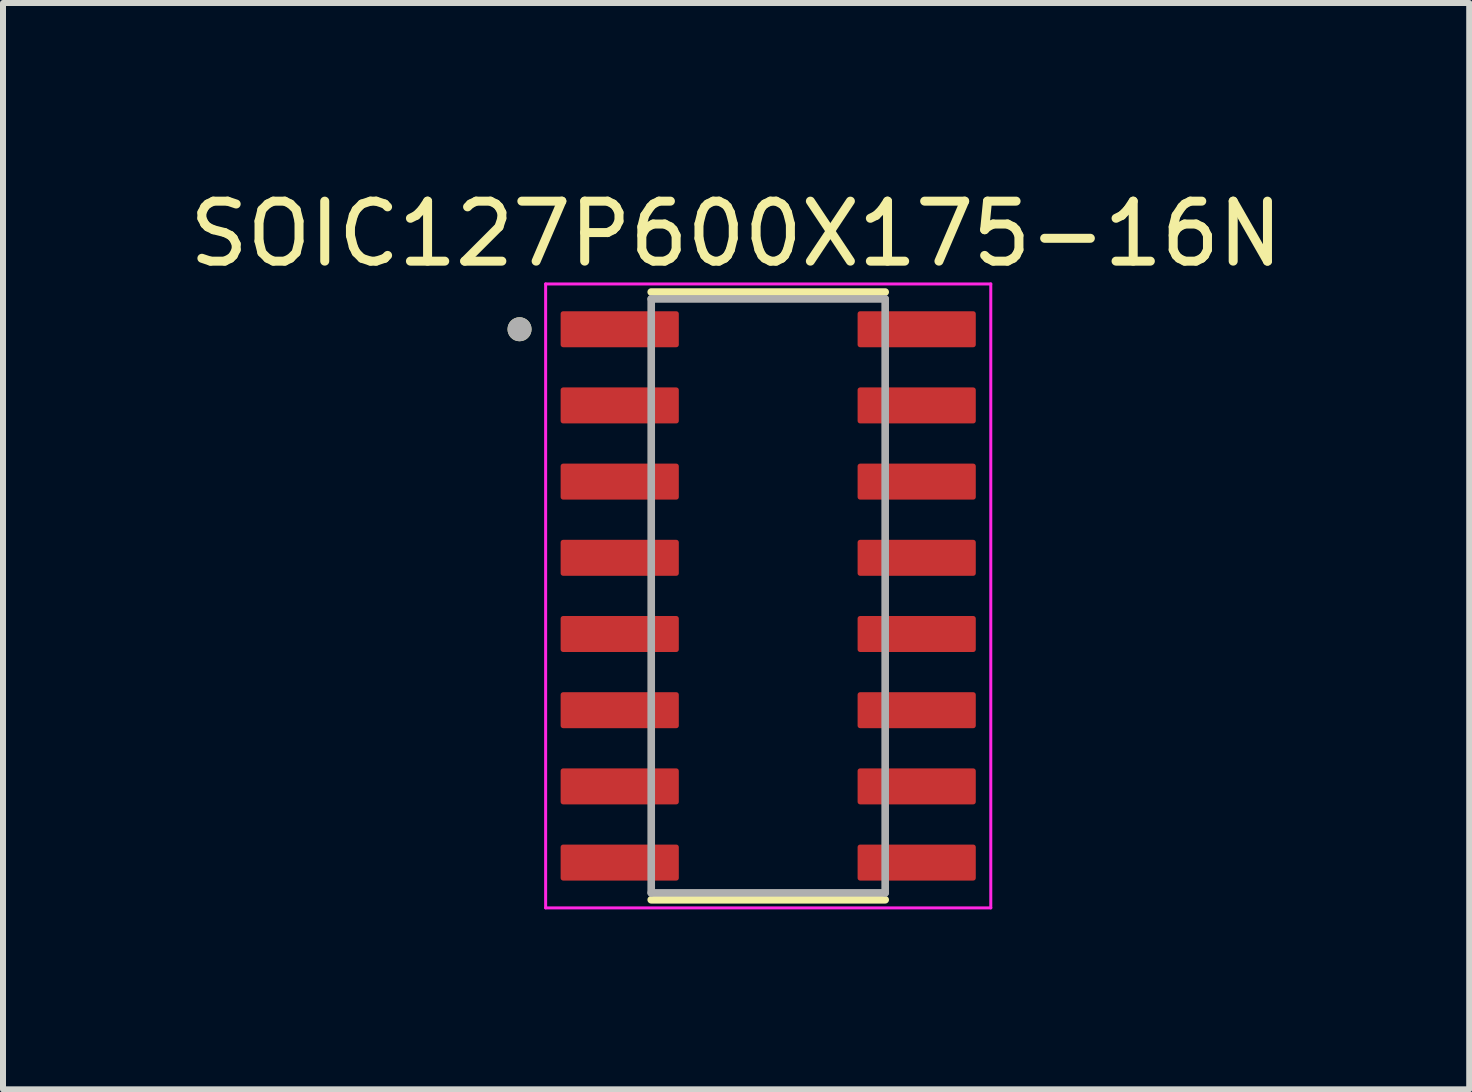
<source format=kicad_pcb>
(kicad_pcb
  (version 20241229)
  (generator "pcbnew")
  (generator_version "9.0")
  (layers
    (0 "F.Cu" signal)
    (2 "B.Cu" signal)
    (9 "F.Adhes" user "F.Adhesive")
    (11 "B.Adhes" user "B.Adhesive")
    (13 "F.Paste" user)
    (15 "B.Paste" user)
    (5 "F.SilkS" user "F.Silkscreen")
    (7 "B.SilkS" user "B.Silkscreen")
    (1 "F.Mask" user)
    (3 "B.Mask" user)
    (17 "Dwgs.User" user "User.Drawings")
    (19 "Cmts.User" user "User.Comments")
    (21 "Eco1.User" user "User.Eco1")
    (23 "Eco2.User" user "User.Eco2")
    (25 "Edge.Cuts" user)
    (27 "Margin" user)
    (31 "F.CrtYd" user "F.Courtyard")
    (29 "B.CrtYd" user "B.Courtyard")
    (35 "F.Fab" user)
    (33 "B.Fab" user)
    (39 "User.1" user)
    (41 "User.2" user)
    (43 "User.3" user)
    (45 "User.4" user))
  (footprint "SOIC127P600X175-16N"
    (layer "F.Cu")
    (at 9.755 6.883)
    (property "Reference" "SOIC127P600X175-16N" (at -0.535 -6.035 0) (layer "F.SilkS") (effects (font (size 1 1) (thickness 0.15))))
    (attr smd)
    (fp_line (start -1.95 -5.065) (end 1.95 -5.065) (stroke (width 0.127) (type solid)) (layer "F.SilkS"))
    (fp_line (start -1.95 5.065) (end 1.95 5.065) (stroke (width 0.127) (type solid)) (layer "F.SilkS"))
    (fp_circle (center -4.145 -4.445) (end -4.045 -4.445) (stroke (width 0.2) (type solid)) (fill no) (layer "F.SilkS"))
    (fp_line (start -3.71 -5.2) (end -3.71 5.2) (stroke (width 0.05) (type solid)) (layer "F.CrtYd"))
    (fp_line (start -3.71 -5.2) (end 3.71 -5.2) (stroke (width 0.05) (type solid)) (layer "F.CrtYd"))
    (fp_line (start -3.71 5.2) (end 3.71 5.2) (stroke (width 0.05) (type solid)) (layer "F.CrtYd"))
    (fp_line (start 3.71 -5.2) (end 3.71 5.2) (stroke (width 0.05) (type solid)) (layer "F.CrtYd"))
    (fp_line (start -1.95 -4.95) (end -1.95 4.95) (stroke (width 0.127) (type solid)) (layer "F.Fab"))
    (fp_line (start -1.95 -4.95) (end 1.95 -4.95) (stroke (width 0.127) (type solid)) (layer "F.Fab"))
    (fp_line (start -1.95 4.95) (end 1.95 4.95) (stroke (width 0.127) (type solid)) (layer "F.Fab"))
    (fp_line (start 1.95 -4.95) (end 1.95 4.95) (stroke (width 0.127) (type solid)) (layer "F.Fab"))
    (fp_circle (center -4.145 -4.445) (end -4.045 -4.445) (stroke (width 0.2) (type solid)) (fill no) (layer "F.Fab"))
    (pad "1" smd roundrect (at -2.475 -4.445) (size 1.97 0.6) (layers "F.Cu" "F.Mask" "F.Paste") (roundrect_rratio 0.07))
    (pad "2" smd roundrect (at -2.475 -3.175) (size 1.97 0.6) (layers "F.Cu" "F.Mask" "F.Paste") (roundrect_rratio 0.07))
    (pad "3" smd roundrect (at -2.475 -1.905) (size 1.97 0.6) (layers "F.Cu" "F.Mask" "F.Paste") (roundrect_rratio 0.07))
    (pad "4" smd roundrect (at -2.475 -0.635) (size 1.97 0.6) (layers "F.Cu" "F.Mask" "F.Paste") (roundrect_rratio 0.07))
    (pad "5" smd roundrect (at -2.475 0.635) (size 1.97 0.6) (layers "F.Cu" "F.Mask" "F.Paste") (roundrect_rratio 0.07))
    (pad "6" smd roundrect (at -2.475 1.905) (size 1.97 0.6) (layers "F.Cu" "F.Mask" "F.Paste") (roundrect_rratio 0.07))
    (pad "7" smd roundrect (at -2.475 3.175) (size 1.97 0.6) (layers "F.Cu" "F.Mask" "F.Paste") (roundrect_rratio 0.07))
    (pad "8" smd roundrect (at -2.475 4.445) (size 1.97 0.6) (layers "F.Cu" "F.Mask" "F.Paste") (roundrect_rratio 0.07))
    (pad "9" smd roundrect (at 2.475 4.445) (size 1.97 0.6) (layers "F.Cu" "F.Mask" "F.Paste") (roundrect_rratio 0.07))
    (pad "10" smd roundrect (at 2.475 3.175) (size 1.97 0.6) (layers "F.Cu" "F.Mask" "F.Paste") (roundrect_rratio 0.07))
    (pad "11" smd roundrect (at 2.475 1.905) (size 1.97 0.6) (layers "F.Cu" "F.Mask" "F.Paste") (roundrect_rratio 0.07))
    (pad "12" smd roundrect (at 2.475 0.635) (size 1.97 0.6) (layers "F.Cu" "F.Mask" "F.Paste") (roundrect_rratio 0.07))
    (pad "13" smd roundrect (at 2.475 -0.635) (size 1.97 0.6) (layers "F.Cu" "F.Mask" "F.Paste") (roundrect_rratio 0.07))
    (pad "14" smd roundrect (at 2.475 -1.905) (size 1.97 0.6) (layers "F.Cu" "F.Mask" "F.Paste") (roundrect_rratio 0.07))
    (pad "15" smd roundrect (at 2.475 -3.175) (size 1.97 0.6) (layers "F.Cu" "F.Mask" "F.Paste") (roundrect_rratio 0.07))
    (pad "16" smd roundrect (at 2.475 -4.445) (size 1.97 0.6) (layers "F.Cu" "F.Mask" "F.Paste") (roundrect_rratio 0.07)))
  (gr_rect
    (start -3 -3)
    (end 21.44 15.108)
    (stroke (width 0.1) (type default))
    (fill no)
    (layer "Edge.Cuts")))
</source>
